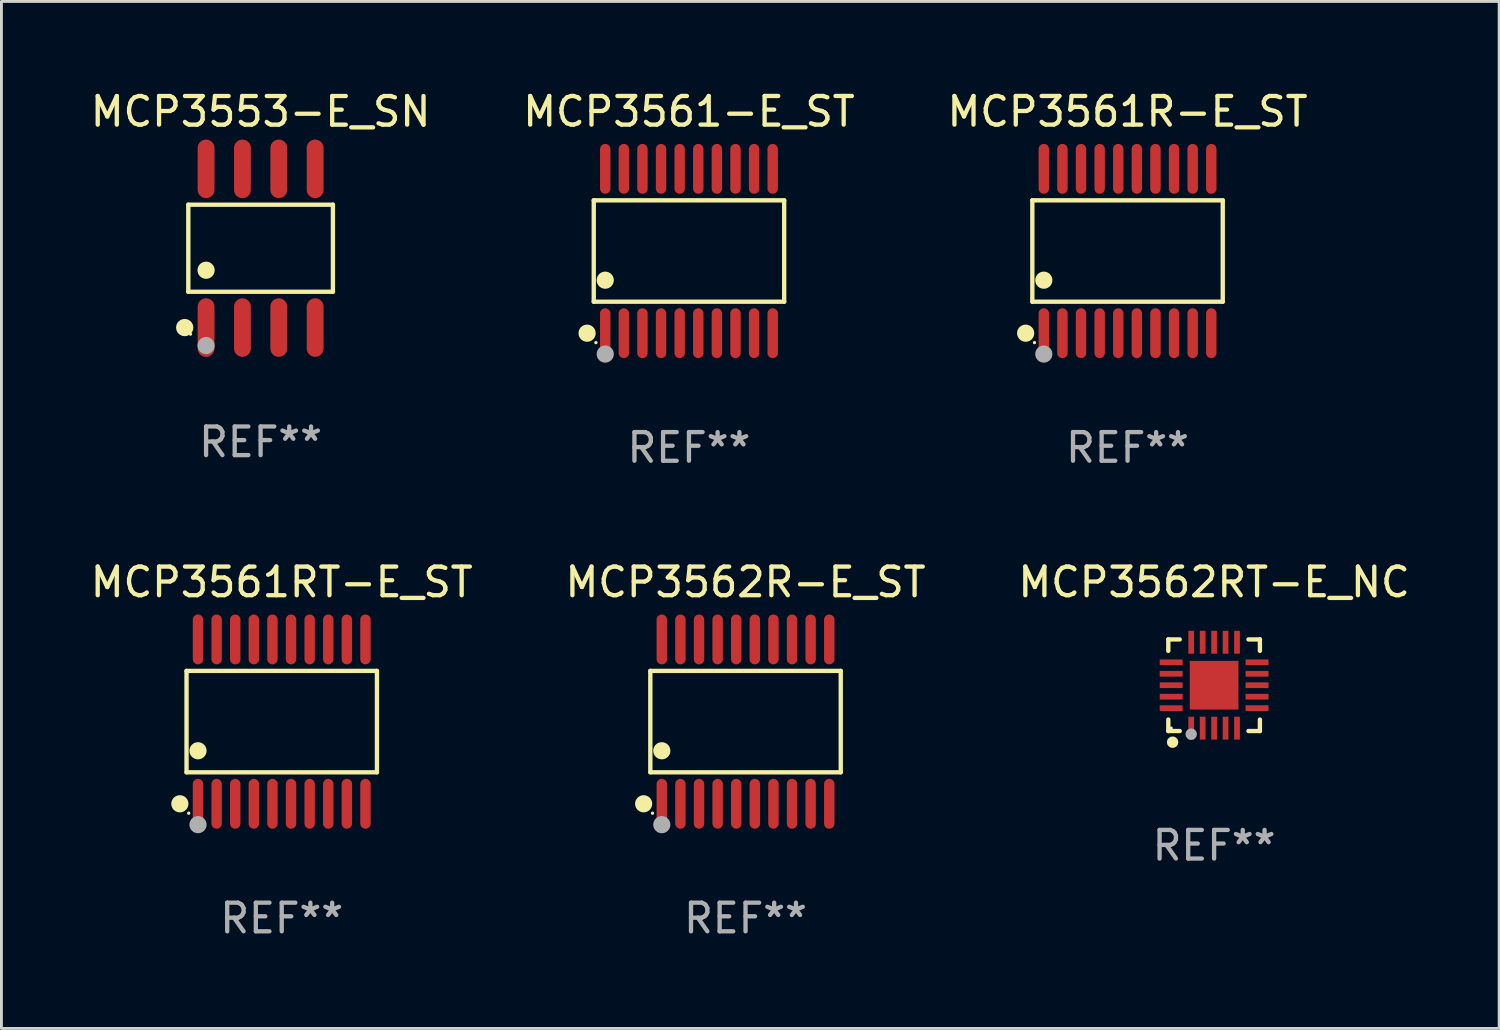
<source format=kicad_pcb>
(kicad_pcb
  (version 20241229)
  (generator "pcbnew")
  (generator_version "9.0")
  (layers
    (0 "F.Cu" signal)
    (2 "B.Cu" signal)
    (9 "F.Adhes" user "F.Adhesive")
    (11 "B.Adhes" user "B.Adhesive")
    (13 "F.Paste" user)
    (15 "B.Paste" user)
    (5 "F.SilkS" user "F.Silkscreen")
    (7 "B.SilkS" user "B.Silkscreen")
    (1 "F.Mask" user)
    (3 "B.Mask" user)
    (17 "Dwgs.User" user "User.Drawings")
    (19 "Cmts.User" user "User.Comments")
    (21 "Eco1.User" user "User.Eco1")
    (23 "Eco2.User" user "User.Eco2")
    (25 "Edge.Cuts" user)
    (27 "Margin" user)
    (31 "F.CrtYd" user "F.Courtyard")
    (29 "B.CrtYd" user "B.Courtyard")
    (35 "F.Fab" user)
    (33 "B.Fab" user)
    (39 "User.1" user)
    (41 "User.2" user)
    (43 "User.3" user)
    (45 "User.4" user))
  (footprint "MCP3561R-E_ST"
    (layer "F.Cu")
    (at 36.339 5.719)
    (property "Reference" "MCP3561R-E_ST" (at 0 -4.871 0) (layer "F.SilkS") (effects (font (size 1 1) (thickness 0.15))))
    (attr through_hole)
    (fp_line (start -3.326 -1.771) (end 3.326 -1.771) (stroke (width 0.152) (type solid)) (layer "F.SilkS"))
    (fp_line (start -3.326 1.771) (end -3.326 -1.771) (stroke (width 0.152) (type solid)) (layer "F.SilkS"))
    (fp_line (start 3.326 -1.771) (end 3.326 1.771) (stroke (width 0.152) (type solid)) (layer "F.SilkS"))
    (fp_line (start 3.326 1.771) (end -3.326 1.771) (stroke (width 0.152) (type solid)) (layer "F.SilkS"))
    (fp_circle (center -3.559 2.871) (end -3.409 2.871) (stroke (width 0.3) (type solid)) (fill no) (layer "F.SilkS"))
    (fp_circle (center -3.25 3.2) (end -3.22 3.2) (stroke (width 0.06) (type solid)) (fill no) (layer "F.SilkS"))
    (fp_circle (center -2.925 1.019) (end -2.775 1.019) (stroke (width 0.3) (type solid)) (fill no) (layer "F.SilkS"))
    (fp_circle (center -2.925 3.6) (end -2.775 3.6) (stroke (width 0.3) (type solid)) (fill no) (layer "F.Fab"))
    (fp_text user "REF**" (at 0 6.871 0) (layer "F.Fab") (effects (font (size 1 1) (thickness 0.15))))
    (pad "1" smd oval (at -2.925 2.871) (size 0.364 1.742) (layers "F.Cu" "F.Mask" "F.Paste"))
    (pad "2" smd oval (at -2.275 2.871) (size 0.364 1.742) (layers "F.Cu" "F.Mask" "F.Paste"))
    (pad "3" smd oval (at -1.625 2.871) (size 0.364 1.742) (layers "F.Cu" "F.Mask" "F.Paste"))
    (pad "4" smd oval (at -0.975 2.871) (size 0.364 1.742) (layers "F.Cu" "F.Mask" "F.Paste"))
    (pad "5" smd oval (at -0.325 2.871) (size 0.364 1.742) (layers "F.Cu" "F.Mask" "F.Paste"))
    (pad "6" smd oval (at 0.325 2.871) (size 0.364 1.742) (layers "F.Cu" "F.Mask" "F.Paste"))
    (pad "7" smd oval (at 0.975 2.871) (size 0.364 1.742) (layers "F.Cu" "F.Mask" "F.Paste"))
    (pad "8" smd oval (at 1.625 2.871) (size 0.364 1.742) (layers "F.Cu" "F.Mask" "F.Paste"))
    (pad "9" smd oval (at 2.275 2.871) (size 0.364 1.742) (layers "F.Cu" "F.Mask" "F.Paste"))
    (pad "10" smd oval (at 2.925 2.871) (size 0.364 1.742) (layers "F.Cu" "F.Mask" "F.Paste"))
    (pad "11" smd oval (at 2.925 -2.871) (size 0.364 1.742) (layers "F.Cu" "F.Mask" "F.Paste"))
    (pad "12" smd oval (at 2.275 -2.871) (size 0.364 1.742) (layers "F.Cu" "F.Mask" "F.Paste"))
    (pad "13" smd oval (at 1.625 -2.871) (size 0.364 1.742) (layers "F.Cu" "F.Mask" "F.Paste"))
    (pad "14" smd oval (at 0.975 -2.871) (size 0.364 1.742) (layers "F.Cu" "F.Mask" "F.Paste"))
    (pad "15" smd oval (at 0.325 -2.871) (size 0.364 1.742) (layers "F.Cu" "F.Mask" "F.Paste"))
    (pad "16" smd oval (at -0.325 -2.871) (size 0.364 1.742) (layers "F.Cu" "F.Mask" "F.Paste"))
    (pad "17" smd oval (at -0.975 -2.871) (size 0.364 1.742) (layers "F.Cu" "F.Mask" "F.Paste"))
    (pad "18" smd oval (at -1.625 -2.871) (size 0.364 1.742) (layers "F.Cu" "F.Mask" "F.Paste"))
    (pad "19" smd oval (at -2.275 -2.871) (size 0.364 1.742) (layers "F.Cu" "F.Mask" "F.Paste"))
    (pad "20" smd oval (at -2.925 -2.871) (size 0.364 1.742) (layers "F.Cu" "F.Mask" "F.Paste")))
  (footprint "MCP3562RT-E_NC"
    (layer "F.Cu")
    (at 39.363 20.887)
    (property "Reference" "MCP3562RT-E_NC" (at 0 -3.6 0) (layer "F.SilkS") (effects (font (size 1 1) (thickness 0.15))))
    (attr through_hole)
    (fp_line (start -1.6 -1.6) (end -1.6 -1.2) (stroke (width 0.152) (type solid)) (layer "F.SilkS"))
    (fp_line (start -1.6 1.6) (end -1.6 1.2) (stroke (width 0.152) (type solid)) (layer "F.SilkS"))
    (fp_line (start -1.2 -1.6) (end -1.6 -1.6) (stroke (width 0.152) (type solid)) (layer "F.SilkS"))
    (fp_line (start -1.2 1.6) (end -1.6 1.6) (stroke (width 0.152) (type solid)) (layer "F.SilkS"))
    (fp_line (start 1.2 -1.6) (end 1.6 -1.6) (stroke (width 0.152) (type solid)) (layer "F.SilkS"))
    (fp_line (start 1.6 -1.6) (end 1.6 -1.2) (stroke (width 0.152) (type solid)) (layer "F.SilkS"))
    (fp_line (start 1.6 1.2) (end 1.6 1.6) (stroke (width 0.152) (type solid)) (layer "F.SilkS"))
    (fp_line (start 1.6 1.6) (end 1.2 1.6) (stroke (width 0.152) (type solid)) (layer "F.SilkS"))
    (fp_circle (center -1.5 1.5) (end -1.47 1.5) (stroke (width 0.06) (type solid)) (fill no) (layer "F.SilkS"))
    (fp_circle (center -1.45 1.99) (end -1.35 1.99) (stroke (width 0.2) (type solid)) (fill no) (layer "F.SilkS"))
    (fp_circle (center -0.8 1.71) (end -0.7 1.71) (stroke (width 0.2) (type solid)) (fill no) (layer "F.Fab"))
    (fp_text user "REF**" (at 0 5.6 0) (layer "F.Fab") (effects (font (size 1 1) (thickness 0.15))))
    (pad "1" smd rect (at -0.8 1.5) (size 0.2 0.8) (layers "F.Cu" "F.Mask" "F.Paste"))
    (pad "2" smd rect (at -0.4 1.5) (size 0.2 0.8) (layers "F.Cu" "F.Mask" "F.Paste"))
    (pad "3" smd rect (at -0.000127 1.5) (size 0.2 0.8) (layers "F.Cu" "F.Mask" "F.Paste"))
    (pad "4" smd rect (at 0.4 1.5) (size 0.2 0.8) (layers "F.Cu" "F.Mask" "F.Paste"))
    (pad "5" smd rect (at 0.8 1.5) (size 0.2 0.8) (layers "F.Cu" "F.Mask" "F.Paste"))
    (pad "6" smd rect (at 1.5 0.8 90) (size 0.2 0.8) (layers "F.Cu" "F.Mask" "F.Paste"))
    (pad "7" smd rect (at 1.5 0.4 90) (size 0.2 0.8) (layers "F.Cu" "F.Mask" "F.Paste"))
    (pad "8" smd rect (at 1.5 0.000127 90) (size 0.2 0.8) (layers "F.Cu" "F.Mask" "F.Paste"))
    (pad "9" smd rect (at 1.5 -0.4 90) (size 0.2 0.8) (layers "F.Cu" "F.Mask" "F.Paste"))
    (pad "10" smd rect (at 1.5 -0.8 90) (size 0.2 0.8) (layers "F.Cu" "F.Mask" "F.Paste"))
    (pad "11" smd rect (at 0.8 -1.5 180) (size 0.2 0.8) (layers "F.Cu" "F.Mask" "F.Paste"))
    (pad "12" smd rect (at 0.4 -1.5 180) (size 0.2 0.8) (layers "F.Cu" "F.Mask" "F.Paste"))
    (pad "13" smd rect (at -0.000127 -1.5 180) (size 0.2 0.8) (layers "F.Cu" "F.Mask" "F.Paste"))
    (pad "14" smd rect (at -0.4 -1.5 180) (size 0.2 0.8) (layers "F.Cu" "F.Mask" "F.Paste"))
    (pad "15" smd rect (at -0.8 -1.5 180) (size 0.2 0.8) (layers "F.Cu" "F.Mask" "F.Paste"))
    (pad "16" smd rect (at -1.5 -0.8 270) (size 0.2 0.8) (layers "F.Cu" "F.Mask" "F.Paste"))
    (pad "17" smd rect (at -1.5 -0.4 270) (size 0.2 0.8) (layers "F.Cu" "F.Mask" "F.Paste"))
    (pad "18" smd rect (at -1.5 0.000127 270) (size 0.2 0.8) (layers "F.Cu" "F.Mask" "F.Paste"))
    (pad "19" smd rect (at -1.5 0.4 270) (size 0.2 0.8) (layers "F.Cu" "F.Mask" "F.Paste"))
    (pad "20" smd rect (at -1.5 0.802 270) (size 0.2 0.8) (layers "F.Cu" "F.Mask" "F.Paste"))
    (pad "21" smd rect (at -0.000127 0.000127) (size 1.7 1.7) (layers "F.Cu" "F.Mask" "F.Paste")))
  (footprint "MCP3562R-E_ST"
    (layer "F.Cu")
    (at 22.994 22.158)
    (property "Reference" "MCP3562R-E_ST" (at 0 -4.871 0) (layer "F.SilkS") (effects (font (size 1 1) (thickness 0.15))))
    (attr through_hole)
    (fp_line (start -3.326 -1.771) (end 3.326 -1.771) (stroke (width 0.152) (type solid)) (layer "F.SilkS"))
    (fp_line (start -3.326 1.771) (end -3.326 -1.771) (stroke (width 0.152) (type solid)) (layer "F.SilkS"))
    (fp_line (start 3.326 -1.771) (end 3.326 1.771) (stroke (width 0.152) (type solid)) (layer "F.SilkS"))
    (fp_line (start 3.326 1.771) (end -3.326 1.771) (stroke (width 0.152) (type solid)) (layer "F.SilkS"))
    (fp_circle (center -3.559 2.871) (end -3.409 2.871) (stroke (width 0.3) (type solid)) (fill no) (layer "F.SilkS"))
    (fp_circle (center -3.25 3.2) (end -3.22 3.2) (stroke (width 0.06) (type solid)) (fill no) (layer "F.SilkS"))
    (fp_circle (center -2.925 1.019) (end -2.775 1.019) (stroke (width 0.3) (type solid)) (fill no) (layer "F.SilkS"))
    (fp_circle (center -2.925 3.6) (end -2.775 3.6) (stroke (width 0.3) (type solid)) (fill no) (layer "F.Fab"))
    (fp_text user "REF**" (at 0 6.871 0) (layer "F.Fab") (effects (font (size 1 1) (thickness 0.15))))
    (pad "1" smd oval (at -2.925 2.871) (size 0.364 1.742) (layers "F.Cu" "F.Mask" "F.Paste"))
    (pad "2" smd oval (at -2.275 2.871) (size 0.364 1.742) (layers "F.Cu" "F.Mask" "F.Paste"))
    (pad "3" smd oval (at -1.625 2.871) (size 0.364 1.742) (layers "F.Cu" "F.Mask" "F.Paste"))
    (pad "4" smd oval (at -0.975 2.871) (size 0.364 1.742) (layers "F.Cu" "F.Mask" "F.Paste"))
    (pad "5" smd oval (at -0.325 2.871) (size 0.364 1.742) (layers "F.Cu" "F.Mask" "F.Paste"))
    (pad "6" smd oval (at 0.325 2.871) (size 0.364 1.742) (layers "F.Cu" "F.Mask" "F.Paste"))
    (pad "7" smd oval (at 0.975 2.871) (size 0.364 1.742) (layers "F.Cu" "F.Mask" "F.Paste"))
    (pad "8" smd oval (at 1.625 2.871) (size 0.364 1.742) (layers "F.Cu" "F.Mask" "F.Paste"))
    (pad "9" smd oval (at 2.275 2.871) (size 0.364 1.742) (layers "F.Cu" "F.Mask" "F.Paste"))
    (pad "10" smd oval (at 2.925 2.871) (size 0.364 1.742) (layers "F.Cu" "F.Mask" "F.Paste"))
    (pad "11" smd oval (at 2.925 -2.871) (size 0.364 1.742) (layers "F.Cu" "F.Mask" "F.Paste"))
    (pad "12" smd oval (at 2.275 -2.871) (size 0.364 1.742) (layers "F.Cu" "F.Mask" "F.Paste"))
    (pad "13" smd oval (at 1.625 -2.871) (size 0.364 1.742) (layers "F.Cu" "F.Mask" "F.Paste"))
    (pad "14" smd oval (at 0.975 -2.871) (size 0.364 1.742) (layers "F.Cu" "F.Mask" "F.Paste"))
    (pad "15" smd oval (at 0.325 -2.871) (size 0.364 1.742) (layers "F.Cu" "F.Mask" "F.Paste"))
    (pad "16" smd oval (at -0.325 -2.871) (size 0.364 1.742) (layers "F.Cu" "F.Mask" "F.Paste"))
    (pad "17" smd oval (at -0.975 -2.871) (size 0.364 1.742) (layers "F.Cu" "F.Mask" "F.Paste"))
    (pad "18" smd oval (at -1.625 -2.871) (size 0.364 1.742) (layers "F.Cu" "F.Mask" "F.Paste"))
    (pad "19" smd oval (at -2.275 -2.871) (size 0.364 1.742) (layers "F.Cu" "F.Mask" "F.Paste"))
    (pad "20" smd oval (at -2.925 -2.871) (size 0.364 1.742) (layers "F.Cu" "F.Mask" "F.Paste")))
  (footprint "MCP3553-E_SN"
    (layer "F.Cu")
    (at 6.054 5.621)
    (property "Reference" "MCP3553-E_SN" (at 0 -4.772 0) (layer "F.SilkS") (effects (font (size 1 1) (thickness 0.15))))
    (attr through_hole)
    (fp_line (start -2.526 -1.521) (end 2.526 -1.521) (stroke (width 0.152) (type solid)) (layer "F.SilkS"))
    (fp_line (start -2.526 1.521) (end -2.526 -1.521) (stroke (width 0.152) (type solid)) (layer "F.SilkS"))
    (fp_line (start 2.526 -1.521) (end 2.526 1.521) (stroke (width 0.152) (type solid)) (layer "F.SilkS"))
    (fp_line (start 2.526 1.521) (end -2.526 1.521) (stroke (width 0.152) (type solid)) (layer "F.SilkS"))
    (fp_circle (center -2.652 2.772) (end -2.501 2.772) (stroke (width 0.3) (type solid)) (fill no) (layer "F.SilkS"))
    (fp_circle (center -2.45 3) (end -2.42 3) (stroke (width 0.06) (type solid)) (fill no) (layer "F.SilkS"))
    (fp_circle (center -1.905 0.769) (end -1.755 0.769) (stroke (width 0.3) (type solid)) (fill no) (layer "F.SilkS"))
    (fp_circle (center -1.905 3.4) (end -1.755 3.4) (stroke (width 0.3) (type solid)) (fill no) (layer "F.Fab"))
    (fp_text user "REF**" (at 0 6.772 0) (layer "F.Fab") (effects (font (size 1 1) (thickness 0.15))))
    (pad "1" smd oval (at -1.905 2.772) (size 0.588 2.045) (layers "F.Cu" "F.Mask" "F.Paste"))
    (pad "2" smd oval (at -0.635 2.772) (size 0.588 2.045) (layers "F.Cu" "F.Mask" "F.Paste"))
    (pad "3" smd oval (at 0.635 2.772) (size 0.588 2.045) (layers "F.Cu" "F.Mask" "F.Paste"))
    (pad "4" smd oval (at 1.905 2.772) (size 0.588 2.045) (layers "F.Cu" "F.Mask" "F.Paste"))
    (pad "5" smd oval (at 1.905 -2.772) (size 0.588 2.045) (layers "F.Cu" "F.Mask" "F.Paste"))
    (pad "6" smd oval (at 0.635 -2.772) (size 0.588 2.045) (layers "F.Cu" "F.Mask" "F.Paste"))
    (pad "7" smd oval (at -0.635 -2.772) (size 0.588 2.045) (layers "F.Cu" "F.Mask" "F.Paste"))
    (pad "8" smd oval (at -1.905 -2.772) (size 0.588 2.045) (layers "F.Cu" "F.Mask" "F.Paste")))
  (footprint "MCP3561RT-E_ST"
    (layer "F.Cu")
    (at 6.792 22.158)
    (property "Reference" "MCP3561RT-E_ST" (at 0 -4.871 0) (layer "F.SilkS") (effects (font (size 1 1) (thickness 0.15))))
    (attr through_hole)
    (fp_line (start -3.326 -1.771) (end 3.326 -1.771) (stroke (width 0.152) (type solid)) (layer "F.SilkS"))
    (fp_line (start -3.326 1.771) (end -3.326 -1.771) (stroke (width 0.152) (type solid)) (layer "F.SilkS"))
    (fp_line (start 3.326 -1.771) (end 3.326 1.771) (stroke (width 0.152) (type solid)) (layer "F.SilkS"))
    (fp_line (start 3.326 1.771) (end -3.326 1.771) (stroke (width 0.152) (type solid)) (layer "F.SilkS"))
    (fp_circle (center -3.559 2.871) (end -3.409 2.871) (stroke (width 0.3) (type solid)) (fill no) (layer "F.SilkS"))
    (fp_circle (center -3.25 3.2) (end -3.22 3.2) (stroke (width 0.06) (type solid)) (fill no) (layer "F.SilkS"))
    (fp_circle (center -2.925 1.019) (end -2.775 1.019) (stroke (width 0.3) (type solid)) (fill no) (layer "F.SilkS"))
    (fp_circle (center -2.925 3.6) (end -2.775 3.6) (stroke (width 0.3) (type solid)) (fill no) (layer "F.Fab"))
    (fp_text user "REF**" (at 0 6.871 0) (layer "F.Fab") (effects (font (size 1 1) (thickness 0.15))))
    (pad "1" smd oval (at -2.925 2.871) (size 0.364 1.742) (layers "F.Cu" "F.Mask" "F.Paste"))
    (pad "2" smd oval (at -2.275 2.871) (size 0.364 1.742) (layers "F.Cu" "F.Mask" "F.Paste"))
    (pad "3" smd oval (at -1.625 2.871) (size 0.364 1.742) (layers "F.Cu" "F.Mask" "F.Paste"))
    (pad "4" smd oval (at -0.975 2.871) (size 0.364 1.742) (layers "F.Cu" "F.Mask" "F.Paste"))
    (pad "5" smd oval (at -0.325 2.871) (size 0.364 1.742) (layers "F.Cu" "F.Mask" "F.Paste"))
    (pad "6" smd oval (at 0.325 2.871) (size 0.364 1.742) (layers "F.Cu" "F.Mask" "F.Paste"))
    (pad "7" smd oval (at 0.975 2.871) (size 0.364 1.742) (layers "F.Cu" "F.Mask" "F.Paste"))
    (pad "8" smd oval (at 1.625 2.871) (size 0.364 1.742) (layers "F.Cu" "F.Mask" "F.Paste"))
    (pad "9" smd oval (at 2.275 2.871) (size 0.364 1.742) (layers "F.Cu" "F.Mask" "F.Paste"))
    (pad "10" smd oval (at 2.925 2.871) (size 0.364 1.742) (layers "F.Cu" "F.Mask" "F.Paste"))
    (pad "11" smd oval (at 2.925 -2.871) (size 0.364 1.742) (layers "F.Cu" "F.Mask" "F.Paste"))
    (pad "12" smd oval (at 2.275 -2.871) (size 0.364 1.742) (layers "F.Cu" "F.Mask" "F.Paste"))
    (pad "13" smd oval (at 1.625 -2.871) (size 0.364 1.742) (layers "F.Cu" "F.Mask" "F.Paste"))
    (pad "14" smd oval (at 0.975 -2.871) (size 0.364 1.742) (layers "F.Cu" "F.Mask" "F.Paste"))
    (pad "15" smd oval (at 0.325 -2.871) (size 0.364 1.742) (layers "F.Cu" "F.Mask" "F.Paste"))
    (pad "16" smd oval (at -0.325 -2.871) (size 0.364 1.742) (layers "F.Cu" "F.Mask" "F.Paste"))
    (pad "17" smd oval (at -0.975 -2.871) (size 0.364 1.742) (layers "F.Cu" "F.Mask" "F.Paste"))
    (pad "18" smd oval (at -1.625 -2.871) (size 0.364 1.742) (layers "F.Cu" "F.Mask" "F.Paste"))
    (pad "19" smd oval (at -2.275 -2.871) (size 0.364 1.742) (layers "F.Cu" "F.Mask" "F.Paste"))
    (pad "20" smd oval (at -2.925 -2.871) (size 0.364 1.742) (layers "F.Cu" "F.Mask" "F.Paste")))
  (footprint "MCP3561-E_ST"
    (layer "F.Cu")
    (at 21.018 5.719)
    (property "Reference" "MCP3561-E_ST" (at 0 -4.871 0) (layer "F.SilkS") (effects (font (size 1 1) (thickness 0.15))))
    (attr through_hole)
    (fp_line (start -3.326 -1.771) (end 3.326 -1.771) (stroke (width 0.152) (type solid)) (layer "F.SilkS"))
    (fp_line (start -3.326 1.771) (end -3.326 -1.771) (stroke (width 0.152) (type solid)) (layer "F.SilkS"))
    (fp_line (start 3.326 -1.771) (end 3.326 1.771) (stroke (width 0.152) (type solid)) (layer "F.SilkS"))
    (fp_line (start 3.326 1.771) (end -3.326 1.771) (stroke (width 0.152) (type solid)) (layer "F.SilkS"))
    (fp_circle (center -3.559 2.871) (end -3.409 2.871) (stroke (width 0.3) (type solid)) (fill no) (layer "F.SilkS"))
    (fp_circle (center -3.25 3.2) (end -3.22 3.2) (stroke (width 0.06) (type solid)) (fill no) (layer "F.SilkS"))
    (fp_circle (center -2.925 1.019) (end -2.775 1.019) (stroke (width 0.3) (type solid)) (fill no) (layer "F.SilkS"))
    (fp_circle (center -2.925 3.6) (end -2.775 3.6) (stroke (width 0.3) (type solid)) (fill no) (layer "F.Fab"))
    (fp_text user "REF**" (at 0 6.871 0) (layer "F.Fab") (effects (font (size 1 1) (thickness 0.15))))
    (pad "1" smd oval (at -2.925 2.871) (size 0.364 1.742) (layers "F.Cu" "F.Mask" "F.Paste"))
    (pad "2" smd oval (at -2.275 2.871) (size 0.364 1.742) (layers "F.Cu" "F.Mask" "F.Paste"))
    (pad "3" smd oval (at -1.625 2.871) (size 0.364 1.742) (layers "F.Cu" "F.Mask" "F.Paste"))
    (pad "4" smd oval (at -0.975 2.871) (size 0.364 1.742) (layers "F.Cu" "F.Mask" "F.Paste"))
    (pad "5" smd oval (at -0.325 2.871) (size 0.364 1.742) (layers "F.Cu" "F.Mask" "F.Paste"))
    (pad "6" smd oval (at 0.325 2.871) (size 0.364 1.742) (layers "F.Cu" "F.Mask" "F.Paste"))
    (pad "7" smd oval (at 0.975 2.871) (size 0.364 1.742) (layers "F.Cu" "F.Mask" "F.Paste"))
    (pad "8" smd oval (at 1.625 2.871) (size 0.364 1.742) (layers "F.Cu" "F.Mask" "F.Paste"))
    (pad "9" smd oval (at 2.275 2.871) (size 0.364 1.742) (layers "F.Cu" "F.Mask" "F.Paste"))
    (pad "10" smd oval (at 2.925 2.871) (size 0.364 1.742) (layers "F.Cu" "F.Mask" "F.Paste"))
    (pad "11" smd oval (at 2.925 -2.871) (size 0.364 1.742) (layers "F.Cu" "F.Mask" "F.Paste"))
    (pad "12" smd oval (at 2.275 -2.871) (size 0.364 1.742) (layers "F.Cu" "F.Mask" "F.Paste"))
    (pad "13" smd oval (at 1.625 -2.871) (size 0.364 1.742) (layers "F.Cu" "F.Mask" "F.Paste"))
    (pad "14" smd oval (at 0.975 -2.871) (size 0.364 1.742) (layers "F.Cu" "F.Mask" "F.Paste"))
    (pad "15" smd oval (at 0.325 -2.871) (size 0.364 1.742) (layers "F.Cu" "F.Mask" "F.Paste"))
    (pad "16" smd oval (at -0.325 -2.871) (size 0.364 1.742) (layers "F.Cu" "F.Mask" "F.Paste"))
    (pad "17" smd oval (at -0.975 -2.871) (size 0.364 1.742) (layers "F.Cu" "F.Mask" "F.Paste"))
    (pad "18" smd oval (at -1.625 -2.871) (size 0.364 1.742) (layers "F.Cu" "F.Mask" "F.Paste"))
    (pad "19" smd oval (at -2.275 -2.871) (size 0.364 1.742) (layers "F.Cu" "F.Mask" "F.Paste"))
    (pad "20" smd oval (at -2.925 -2.871) (size 0.364 1.742) (layers "F.Cu" "F.Mask" "F.Paste")))
  (gr_rect
    (start -3 -3)
    (end 49.321 32.877)
    (stroke (width 0.1) (type default))
    (fill no)
    (layer "Edge.Cuts")))
</source>
